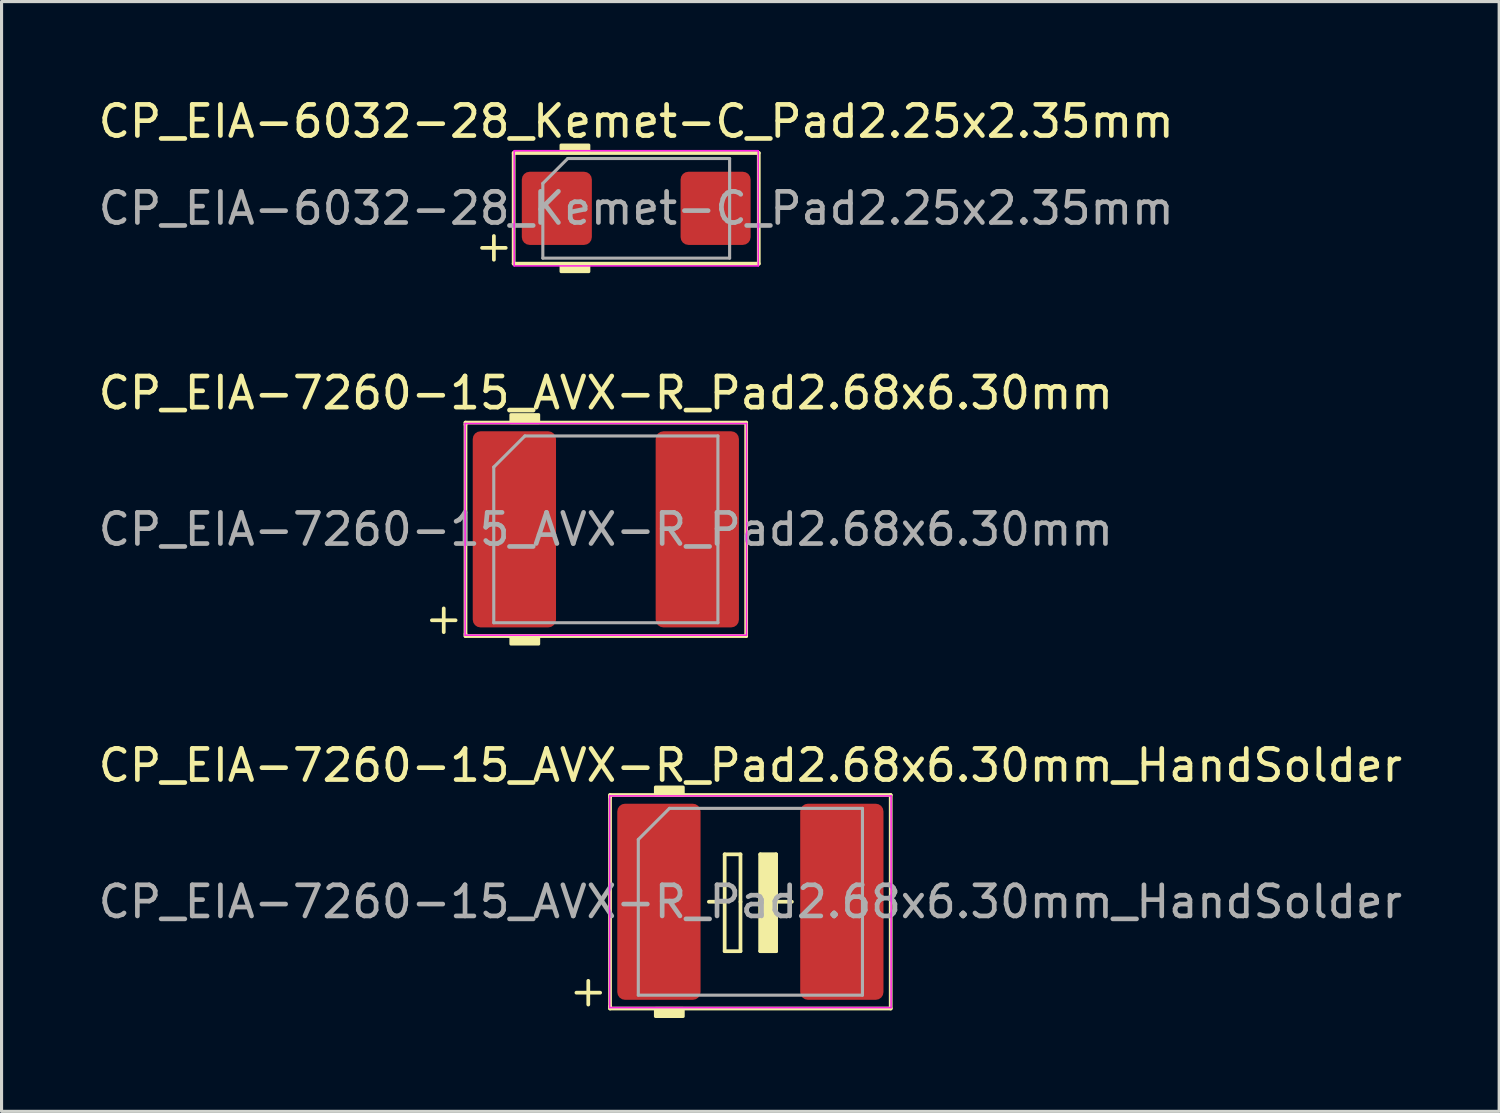
<source format=kicad_pcb>
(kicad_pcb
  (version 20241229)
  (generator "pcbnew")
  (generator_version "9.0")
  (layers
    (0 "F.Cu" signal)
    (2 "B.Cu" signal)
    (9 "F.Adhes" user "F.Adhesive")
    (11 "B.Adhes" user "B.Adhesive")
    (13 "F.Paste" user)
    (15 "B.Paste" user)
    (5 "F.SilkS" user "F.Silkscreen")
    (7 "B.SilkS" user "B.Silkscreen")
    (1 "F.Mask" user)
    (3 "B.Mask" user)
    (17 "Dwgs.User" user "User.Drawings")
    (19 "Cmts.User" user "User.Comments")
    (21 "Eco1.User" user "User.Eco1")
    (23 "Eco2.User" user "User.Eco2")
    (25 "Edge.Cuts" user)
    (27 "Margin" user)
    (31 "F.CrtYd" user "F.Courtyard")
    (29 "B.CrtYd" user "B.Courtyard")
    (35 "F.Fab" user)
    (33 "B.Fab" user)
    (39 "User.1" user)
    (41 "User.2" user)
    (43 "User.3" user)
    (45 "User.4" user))
  (footprint "CP_EIA-7260-15_AVX-R_Pad2.68x6.30mm_HandSolder"
    (layer "F.Cu")
    (at 21.054 25.917)
    (property "Reference" "CP_EIA-7260-15_AVX-R_Pad2.68x6.30mm_HandSolder" (at 0 -4.381 0) (layer "F.SilkS") (effects (font (size 1 1) (thickness 0.15))))
    (attr smd)
    (fp_line (start -5.588 2.921) (end -4.826 2.921) (stroke (width 0.12) (type solid)) (layer "F.SilkS"))
    (fp_line (start -5.207 2.54) (end -5.207 3.302) (stroke (width 0.12) (type solid)) (layer "F.SilkS"))
    (fp_line (start -4.508 -3.429) (end -4.508 -3.365) (stroke (width 0.12) (type solid)) (layer "F.SilkS"))
    (fp_line (start -4.508 -3.365) (end -4.508 3.365) (stroke (width 0.12) (type solid)) (layer "F.SilkS"))
    (fp_line (start -4.508 3.365) (end -4.508 3.429) (stroke (width 0.12) (type solid)) (layer "F.SilkS"))
    (fp_line (start -4.508 3.429) (end 4.508 3.429) (stroke (width 0.12) (type solid)) (layer "F.SilkS"))
    (fp_line (start -1.333 0) (end -0.826 0) (stroke (width 0.12) (type solid)) (layer "F.SilkS"))
    (fp_line (start -0.826 -1.524) (end -0.826 0) (stroke (width 0.12) (type solid)) (layer "F.SilkS"))
    (fp_line (start -0.826 1.587) (end -0.826 0) (stroke (width 0.12) (type solid)) (layer "F.SilkS"))
    (fp_line (start -0.826 1.587) (end -0.318 1.587) (stroke (width 0.12) (type solid)) (layer "F.SilkS"))
    (fp_line (start -0.318 -1.524) (end -0.826 -1.524) (stroke (width 0.12) (type solid)) (layer "F.SilkS"))
    (fp_line (start -0.318 -1.524) (end -0.318 0) (stroke (width 0.12) (type solid)) (layer "F.SilkS"))
    (fp_line (start -0.318 1.587) (end -0.318 0) (stroke (width 0.12) (type solid)) (layer "F.SilkS"))
    (fp_line (start 0.318 -1.524) (end 0.318 0) (stroke (width 0.12) (type solid)) (layer "F.SilkS"))
    (fp_line (start 0.318 1.587) (end 0.318 0) (stroke (width 0.12) (type solid)) (layer "F.SilkS"))
    (fp_line (start 0.318 1.587) (end 0.826 1.587) (stroke (width 0.12) (type solid)) (layer "F.SilkS"))
    (fp_line (start 0.826 -1.524) (end 0.318 -1.524) (stroke (width 0.12) (type solid)) (layer "F.SilkS"))
    (fp_line (start 0.826 -1.524) (end 0.826 0) (stroke (width 0.12) (type solid)) (layer "F.SilkS"))
    (fp_line (start 0.826 0) (end 1.333 0) (stroke (width 0.12) (type solid)) (layer "F.SilkS"))
    (fp_line (start 0.826 1.587) (end 0.826 0) (stroke (width 0.12) (type solid)) (layer "F.SilkS"))
    (fp_line (start 4.508 -3.429) (end -4.508 -3.429) (stroke (width 0.12) (type solid)) (layer "F.SilkS"))
    (fp_line (start 4.508 3.429) (end 4.508 -3.429) (stroke (width 0.12) (type solid)) (layer "F.SilkS"))
    (fp_poly (pts (xy -2.159 -3.429) (xy -3.048 -3.429) (xy -3.048 -3.683) (xy -2.159 -3.683)) (stroke (width 0.1) (type solid)) (fill yes) (layer "F.SilkS"))
    (fp_poly (pts (xy -2.159 3.683) (xy -3.048 3.683) (xy -3.048 3.429) (xy -2.159 3.429)) (stroke (width 0.1) (type solid)) (fill yes) (layer "F.SilkS"))
    (fp_poly (pts (xy 0.826 1.587) (xy 0.318 1.587) (xy 0.318 -1.524) (xy 0.826 -1.524)) (stroke (width 0.1) (type solid)) (fill yes) (layer "F.SilkS"))
    (fp_line (start -4.52 -3.4) (end 4.52 -3.4) (stroke (width 0.05) (type solid)) (layer "F.CrtYd"))
    (fp_line (start -4.52 3.4) (end -4.52 -3.4) (stroke (width 0.05) (type solid)) (layer "F.CrtYd"))
    (fp_line (start 4.52 -3.4) (end 4.52 3.4) (stroke (width 0.05) (type solid)) (layer "F.CrtYd"))
    (fp_line (start 4.52 3.4) (end -4.52 3.4) (stroke (width 0.05) (type solid)) (layer "F.CrtYd"))
    (fp_line (start -3.6 -2) (end -3.6 3) (stroke (width 0.1) (type solid)) (layer "F.Fab"))
    (fp_line (start -3.6 3) (end 3.6 3) (stroke (width 0.1) (type solid)) (layer "F.Fab"))
    (fp_line (start -2.6 -3) (end -3.6 -2) (stroke (width 0.1) (type solid)) (layer "F.Fab"))
    (fp_line (start 3.6 -3) (end -2.6 -3) (stroke (width 0.1) (type solid)) (layer "F.Fab"))
    (fp_line (start 3.6 3) (end 3.6 -3) (stroke (width 0.1) (type solid)) (layer "F.Fab"))
    (fp_text user "${REFERENCE}" (at 0 0 0) (layer "F.Fab") (effects (font (size 1 1) (thickness 0.15))))
    (pad "1" smd roundrect (at -2.938 0) (size 2.675 6.3) (layers "F.Cu" "F.Mask" "F.Paste") (roundrect_rratio 0.093))
    (pad "2" smd roundrect (at 2.938 0) (size 2.675 6.3) (layers "F.Cu" "F.Mask" "F.Paste") (roundrect_rratio 0.093)))
  (footprint "CP_EIA-6032-28_Kemet-C_Pad2.25x2.35mm"
    (layer "F.Cu")
    (at 17.387 3.642)
    (property "Reference" "CP_EIA-6032-28_Kemet-C_Pad2.25x2.35mm" (at 0 -2.794 0) (layer "F.SilkS") (effects (font (size 1 1) (thickness 0.15))))
    (attr smd)
    (fp_line (start -4.953 1.27) (end -4.191 1.27) (stroke (width 0.12) (type solid)) (layer "F.SilkS"))
    (fp_line (start -4.572 0.889) (end -4.572 1.651) (stroke (width 0.12) (type solid)) (layer "F.SilkS"))
    (fp_line (start -3.937 -1.778) (end -3.937 1.778) (stroke (width 0.12) (type solid)) (layer "F.SilkS"))
    (fp_line (start -3.937 1.778) (end 3.937 1.778) (stroke (width 0.12) (type solid)) (layer "F.SilkS"))
    (fp_line (start 3.937 -1.778) (end -3.937 -1.778) (stroke (width 0.12) (type solid)) (layer "F.SilkS"))
    (fp_line (start 3.937 1.778) (end 3.937 -1.778) (stroke (width 0.12) (type solid)) (layer "F.SilkS"))
    (fp_poly (pts (xy -1.524 -1.778) (xy -2.413 -1.778) (xy -2.413 -2.032) (xy -1.524 -2.032)) (stroke (width 0.1) (type solid)) (fill yes) (layer "F.SilkS"))
    (fp_poly (pts (xy -1.524 2.032) (xy -2.413 2.032) (xy -2.413 1.778) (xy -1.524 1.778)) (stroke (width 0.1) (type solid)) (fill yes) (layer "F.SilkS"))
    (fp_line (start -3.92 -1.85) (end 3.92 -1.85) (stroke (width 0.05) (type solid)) (layer "F.CrtYd"))
    (fp_line (start -3.92 1.85) (end -3.92 -1.85) (stroke (width 0.05) (type solid)) (layer "F.CrtYd"))
    (fp_line (start 3.92 -1.85) (end 3.92 1.85) (stroke (width 0.05) (type solid)) (layer "F.CrtYd"))
    (fp_line (start 3.92 1.85) (end -3.92 1.85) (stroke (width 0.05) (type solid)) (layer "F.CrtYd"))
    (fp_line (start -3 -0.8) (end -3 1.6) (stroke (width 0.1) (type solid)) (layer "F.Fab"))
    (fp_line (start -3 1.6) (end 3 1.6) (stroke (width 0.1) (type solid)) (layer "F.Fab"))
    (fp_line (start -2.2 -1.6) (end -3 -0.8) (stroke (width 0.1) (type solid)) (layer "F.Fab"))
    (fp_line (start 3 -1.6) (end -2.2 -1.6) (stroke (width 0.1) (type solid)) (layer "F.Fab"))
    (fp_line (start 3 1.6) (end 3 -1.6) (stroke (width 0.1) (type solid)) (layer "F.Fab"))
    (fp_text user "${REFERENCE}" (at 0 0 0) (layer "F.Fab") (effects (font (size 1 1) (thickness 0.15))))
    (pad "1" smd roundrect (at -2.55 0) (size 2.25 2.35) (layers "F.Cu" "F.Mask" "F.Paste") (roundrect_rratio 0.111))
    (pad "2" smd roundrect (at 2.55 0) (size 2.25 2.35) (layers "F.Cu" "F.Mask" "F.Paste") (roundrect_rratio 0.111)))
  (footprint "CP_EIA-7260-15_AVX-R_Pad2.68x6.30mm"
    (layer "F.Cu")
    (at 16.411 13.954)
    (property "Reference" "CP_EIA-7260-15_AVX-R_Pad2.68x6.30mm" (at 0 -4.381 0) (layer "F.SilkS") (effects (font (size 1 1) (thickness 0.15))))
    (attr smd)
    (fp_line (start -5.588 2.921) (end -4.826 2.921) (stroke (width 0.12) (type solid)) (layer "F.SilkS"))
    (fp_line (start -5.207 2.54) (end -5.207 3.302) (stroke (width 0.12) (type solid)) (layer "F.SilkS"))
    (fp_line (start -4.508 -3.429) (end -4.508 -3.365) (stroke (width 0.12) (type solid)) (layer "F.SilkS"))
    (fp_line (start -4.508 -3.365) (end -4.508 3.365) (stroke (width 0.12) (type solid)) (layer "F.SilkS"))
    (fp_line (start -4.508 3.365) (end -4.508 3.429) (stroke (width 0.12) (type solid)) (layer "F.SilkS"))
    (fp_line (start -4.508 3.429) (end 4.508 3.429) (stroke (width 0.12) (type solid)) (layer "F.SilkS"))
    (fp_line (start 4.508 -3.429) (end -4.508 -3.429) (stroke (width 0.12) (type solid)) (layer "F.SilkS"))
    (fp_line (start 4.508 3.429) (end 4.508 -3.429) (stroke (width 0.12) (type solid)) (layer "F.SilkS"))
    (fp_poly (pts (xy -2.159 -3.429) (xy -3.048 -3.429) (xy -3.048 -3.683) (xy -2.159 -3.683)) (stroke (width 0.1) (type solid)) (fill yes) (layer "F.SilkS"))
    (fp_poly (pts (xy -2.159 3.683) (xy -3.048 3.683) (xy -3.048 3.429) (xy -2.159 3.429)) (stroke (width 0.1) (type solid)) (fill yes) (layer "F.SilkS"))
    (fp_line (start -4.52 -3.4) (end 4.52 -3.4) (stroke (width 0.05) (type solid)) (layer "F.CrtYd"))
    (fp_line (start -4.52 3.4) (end -4.52 -3.4) (stroke (width 0.05) (type solid)) (layer "F.CrtYd"))
    (fp_line (start 4.52 -3.4) (end 4.52 3.4) (stroke (width 0.05) (type solid)) (layer "F.CrtYd"))
    (fp_line (start 4.52 3.4) (end -4.52 3.4) (stroke (width 0.05) (type solid)) (layer "F.CrtYd"))
    (fp_line (start -3.6 -2) (end -3.6 3) (stroke (width 0.1) (type solid)) (layer "F.Fab"))
    (fp_line (start -3.6 3) (end 3.6 3) (stroke (width 0.1) (type solid)) (layer "F.Fab"))
    (fp_line (start -2.6 -3) (end -3.6 -2) (stroke (width 0.1) (type solid)) (layer "F.Fab"))
    (fp_line (start 3.6 -3) (end -2.6 -3) (stroke (width 0.1) (type solid)) (layer "F.Fab"))
    (fp_line (start 3.6 3) (end 3.6 -3) (stroke (width 0.1) (type solid)) (layer "F.Fab"))
    (fp_text user "${REFERENCE}" (at 0 0 0) (layer "F.Fab") (effects (font (size 1 1) (thickness 0.15))))
    (pad "1" smd roundrect (at -2.938 0) (size 2.675 6.3) (layers "F.Cu" "F.Mask" "F.Paste") (roundrect_rratio 0.093))
    (pad "2" smd roundrect (at 2.938 0) (size 2.675 6.3) (layers "F.Cu" "F.Mask" "F.Paste") (roundrect_rratio 0.093)))
  (gr_rect
    (start -3 -3)
    (end 45.107 32.65)
    (stroke (width 0.1) (type default))
    (fill no)
    (layer "Edge.Cuts")))
</source>
